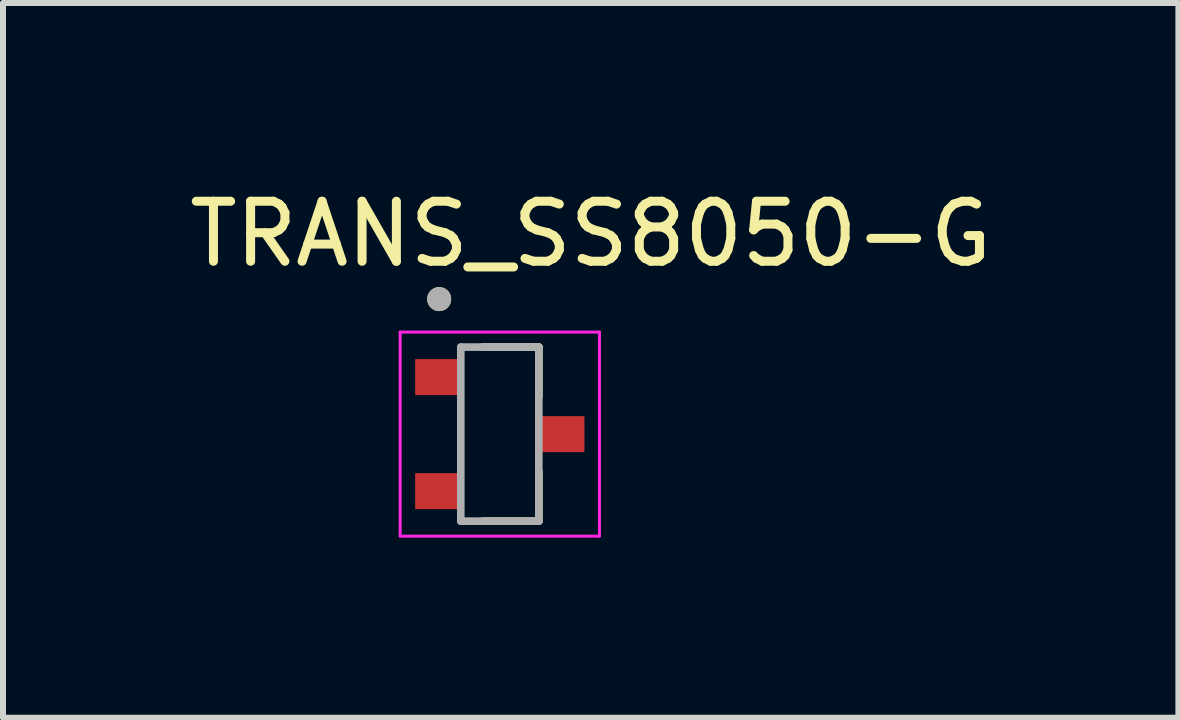
<source format=kicad_pcb>
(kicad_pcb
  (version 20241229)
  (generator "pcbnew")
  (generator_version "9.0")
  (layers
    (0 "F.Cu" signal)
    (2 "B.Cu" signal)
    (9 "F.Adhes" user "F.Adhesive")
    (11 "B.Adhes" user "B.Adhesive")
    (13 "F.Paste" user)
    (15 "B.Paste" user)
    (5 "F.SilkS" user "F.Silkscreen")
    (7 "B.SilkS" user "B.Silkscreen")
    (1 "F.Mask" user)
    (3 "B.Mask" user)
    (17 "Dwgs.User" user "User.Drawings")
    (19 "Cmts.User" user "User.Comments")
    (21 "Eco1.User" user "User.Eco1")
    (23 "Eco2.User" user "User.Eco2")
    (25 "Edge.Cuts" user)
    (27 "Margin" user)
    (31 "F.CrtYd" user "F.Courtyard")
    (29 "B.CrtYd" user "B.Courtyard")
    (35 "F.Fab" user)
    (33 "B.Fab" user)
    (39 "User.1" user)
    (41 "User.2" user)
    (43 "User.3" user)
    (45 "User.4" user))
  (footprint "TRANS_SS8050-G"
    (layer "F.Cu")
    (at 5.277 4.183)
    (property "Reference" "TRANS_SS8050-G" (at 1.515 -3.335 0) (layer "F.SilkS") (effects (font (size 1 1) (thickness 0.15))))
    (attr through_hole)
    (fp_line (start -0.29 -1.45) (end 0.65 -1.45) (stroke (width 0.127) (type solid)) (layer "F.SilkS"))
    (fp_line (start 0.65 -0.62) (end 0.65 -1.45) (stroke (width 0.127) (type solid)) (layer "F.SilkS"))
    (fp_line (start 0.65 1.45) (end -0.29 1.45) (stroke (width 0.127) (type solid)) (layer "F.SilkS"))
    (fp_line (start 0.65 1.45) (end 0.65 0.62) (stroke (width 0.127) (type solid)) (layer "F.SilkS"))
    (fp_circle (center -1.01 -2.25) (end -0.91 -2.25) (stroke (width 0.2) (type solid)) (fill no) (layer "F.SilkS"))
    (fp_line (start -1.66 -1.7) (end -1.66 1.7) (stroke (width 0.05) (type solid)) (layer "F.CrtYd"))
    (fp_line (start -1.66 1.7) (end 1.66 1.7) (stroke (width 0.05) (type solid)) (layer "F.CrtYd"))
    (fp_line (start 1.66 -1.7) (end -1.66 -1.7) (stroke (width 0.05) (type solid)) (layer "F.CrtYd"))
    (fp_line (start 1.66 1.7) (end 1.66 -1.7) (stroke (width 0.05) (type solid)) (layer "F.CrtYd"))
    (fp_line (start -0.65 -1.45) (end -0.65 1.45) (stroke (width 0.127) (type solid)) (layer "F.Fab"))
    (fp_line (start -0.65 -1.45) (end 0.65 -1.45) (stroke (width 0.127) (type solid)) (layer "F.Fab"))
    (fp_line (start 0.65 1.45) (end -0.65 1.45) (stroke (width 0.127) (type solid)) (layer "F.Fab"))
    (fp_line (start 0.65 1.45) (end 0.65 -1.45) (stroke (width 0.127) (type solid)) (layer "F.Fab"))
    (fp_circle (center -1.01 -2.25) (end -0.91 -2.25) (stroke (width 0.2) (type solid)) (fill no) (layer "F.Fab"))
    (pad "1" smd rect (at -1.01 -0.95) (size 0.8 0.6) (layers "F.Cu" "F.Mask" "F.Paste"))
    (pad "2" smd rect (at -1.01 0.95) (size 0.8 0.6) (layers "F.Cu" "F.Mask" "F.Paste"))
    (pad "3" smd rect (at 1.01 0) (size 0.8 0.6) (layers "F.Cu" "F.Mask" "F.Paste")))
  (gr_rect
    (start -3 -3)
    (end 16.583 8.908)
    (stroke (width 0.1) (type default))
    (fill no)
    (layer "Edge.Cuts")))
</source>
